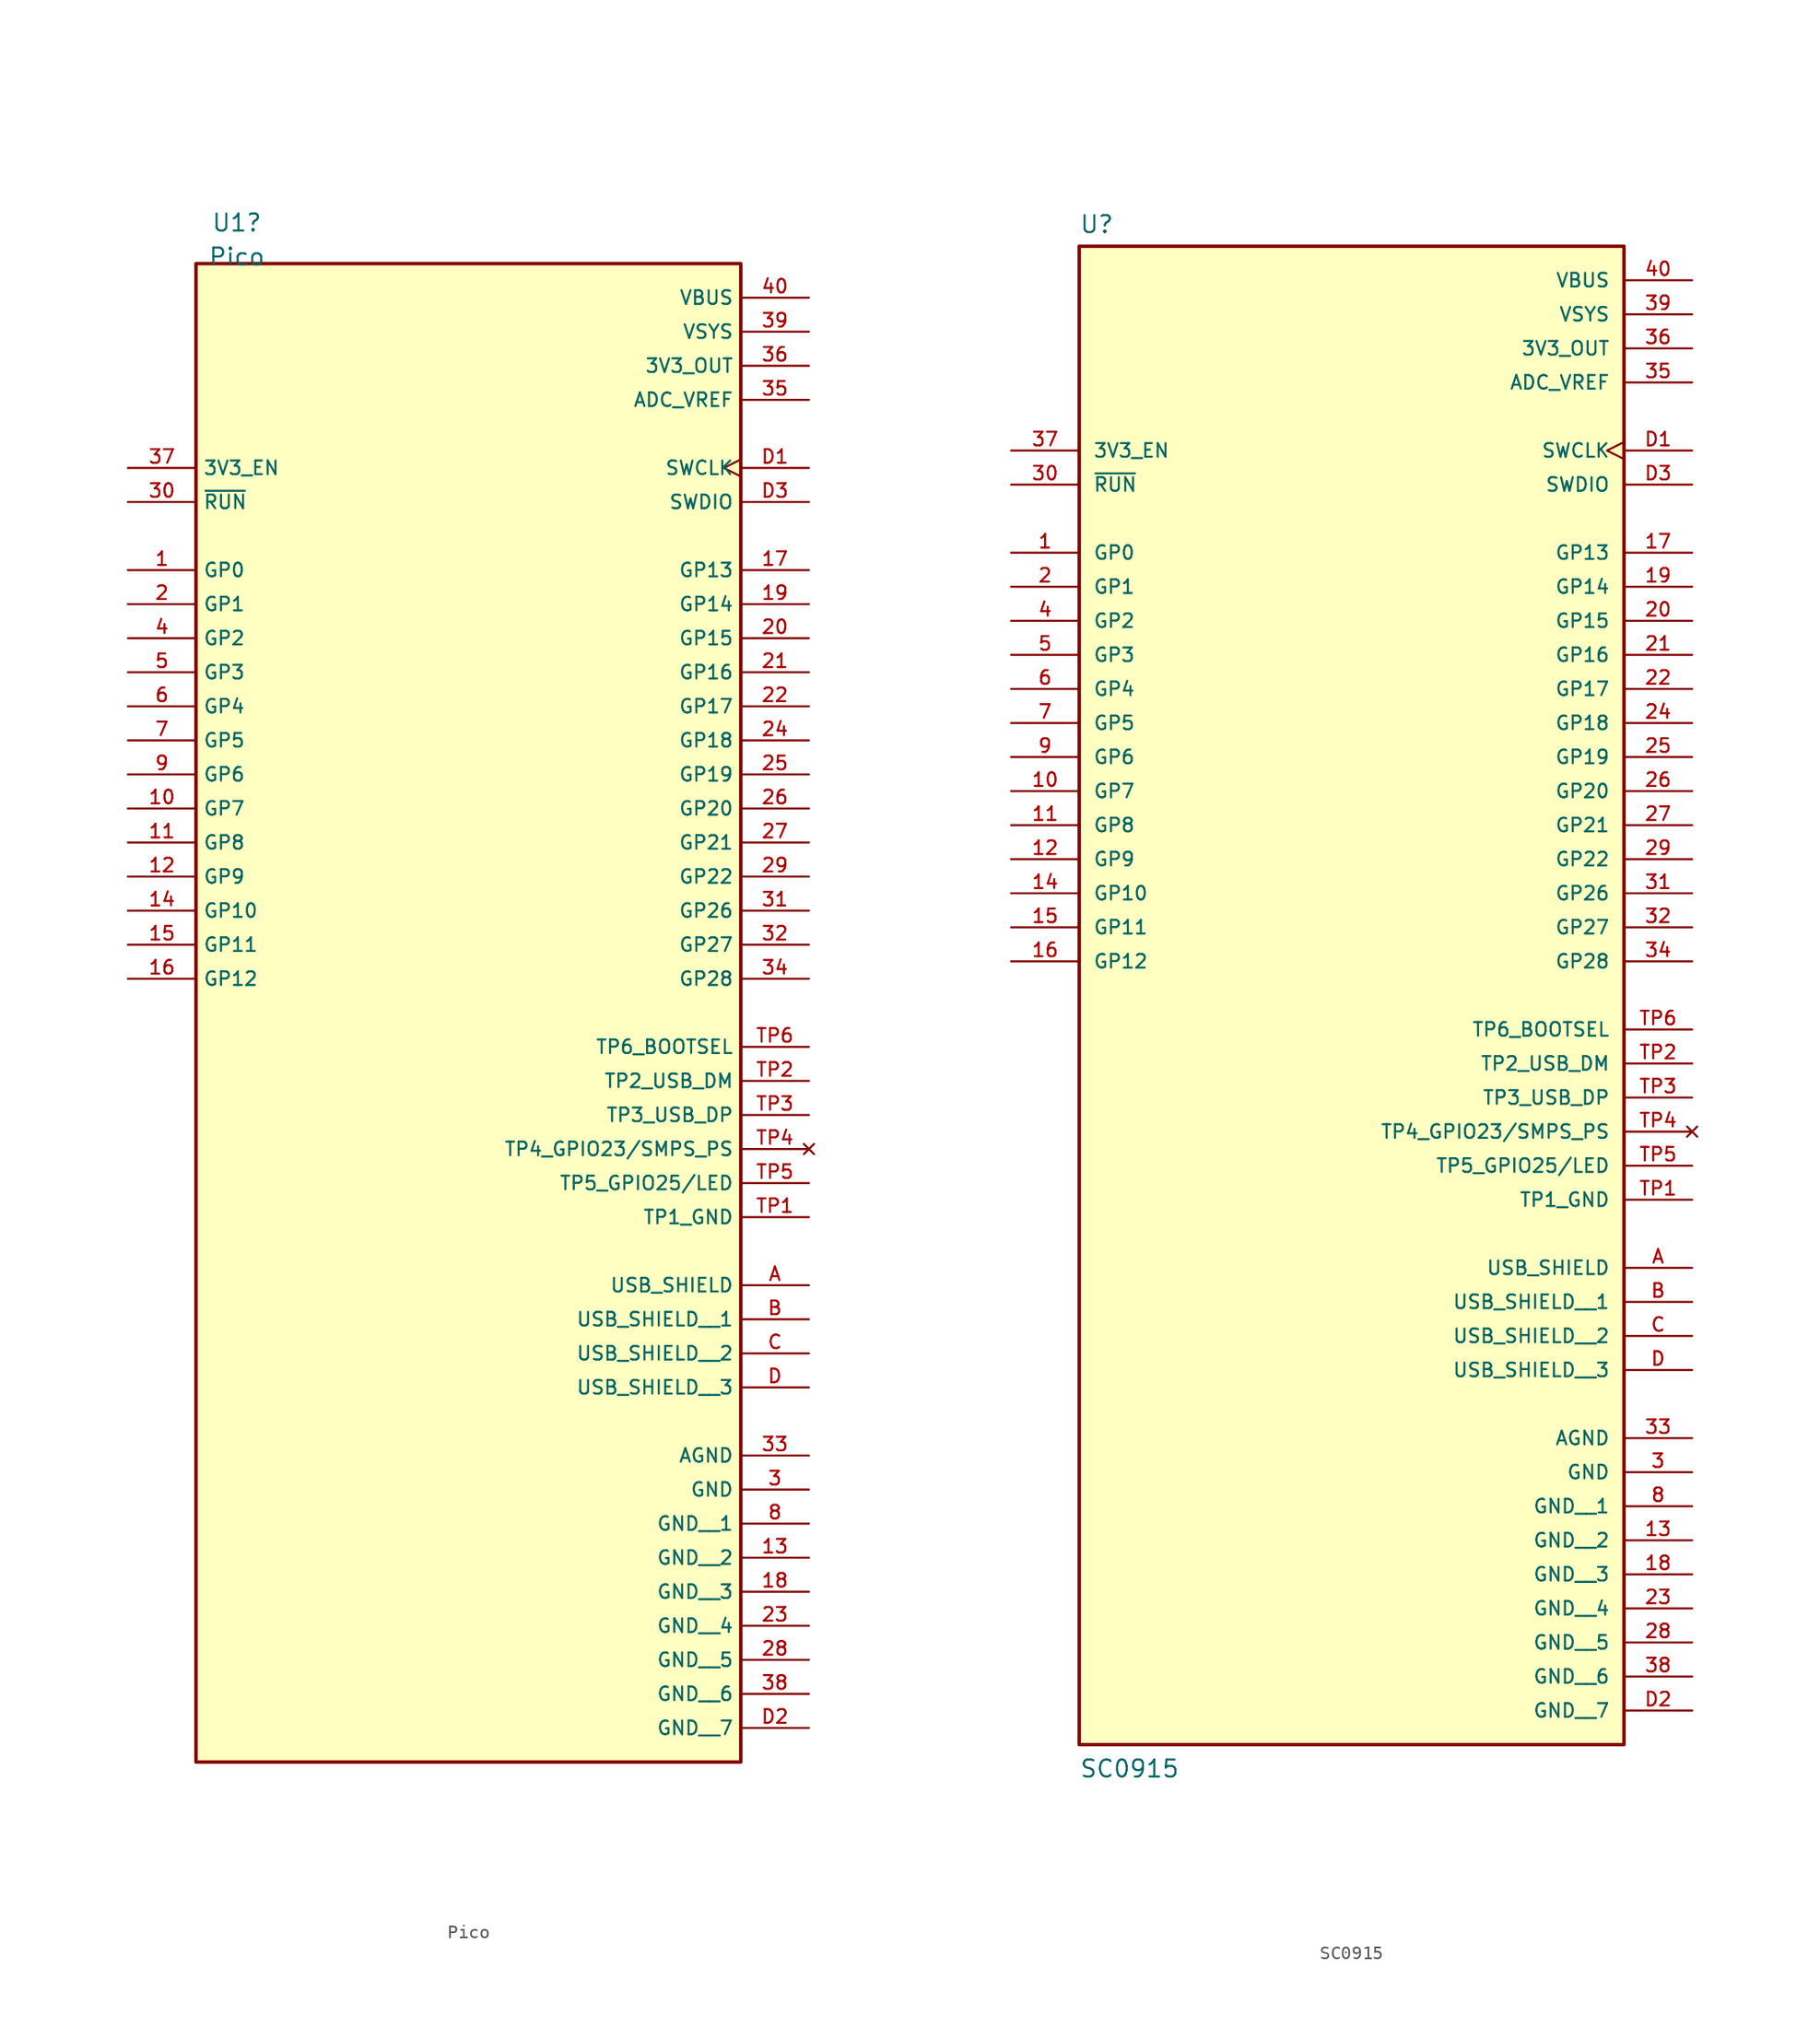
<source format=kicad_sym>
(kicad_symbol_lib
  (version 20231120)
  (generator "kicad_symbol_editor")
  (generator_version "8.0")
  (symbol "Pico"
    (property "Reference" "U1"
      (at 3.048 3.048 0)
      (effects (font (size 1.27 1.27))))
    (property "Value" "Pico"
      (at 3.048 0.508 0)
      (effects (font (size 1.27 1.27))))
    (symbol "Pico_0_0"
      (rectangle (start 0 -111.76) (end 40.64 0) (stroke (width 0.254) (type default)) (fill (type background)))
      (pin bidirectional line (at -5.08 -22.86 0) (length 5.08) (name "GP0" (effects (font (size 1.016 1.016)))) (number "1" (effects (font (size 1.016 1.016)))))
      (pin bidirectional line (at -5.08 -40.64 0) (length 5.08) (name "GP7" (effects (font (size 1.016 1.016)))) (number "10" (effects (font (size 1.016 1.016)))))
      (pin bidirectional line (at -5.08 -43.18 0) (length 5.08) (name "GP8" (effects (font (size 1.016 1.016)))) (number "11" (effects (font (size 1.016 1.016)))))
      (pin bidirectional line (at -5.08 -45.72 0) (length 5.08) (name "GP9" (effects (font (size 1.016 1.016)))) (number "12" (effects (font (size 1.016 1.016)))))
      (pin power_in line (at 45.72 -96.52 180) (length 5.08) (name "GND__2" (effects (font (size 1.016 1.016)))) (number "13" (effects (font (size 1.016 1.016)))))
      (pin bidirectional line (at -5.08 -48.26 0) (length 5.08) (name "GP10" (effects (font (size 1.016 1.016)))) (number "14" (effects (font (size 1.016 1.016)))))
      (pin bidirectional line (at -5.08 -50.8 0) (length 5.08) (name "GP11" (effects (font (size 1.016 1.016)))) (number "15" (effects (font (size 1.016 1.016)))))
      (pin bidirectional line (at -5.08 -53.34 0) (length 5.08) (name "GP12" (effects (font (size 1.016 1.016)))) (number "16" (effects (font (size 1.016 1.016)))))
      (pin bidirectional line (at 45.72 -22.86 180) (length 5.08) (name "GP13" (effects (font (size 1.016 1.016)))) (number "17" (effects (font (size 1.016 1.016)))))
      (pin power_in line (at 45.72 -99.06 180) (length 5.08) (name "GND__3" (effects (font (size 1.016 1.016)))) (number "18" (effects (font (size 1.016 1.016)))))
      (pin bidirectional line (at 45.72 -25.4 180) (length 5.08) (name "GP14" (effects (font (size 1.016 1.016)))) (number "19" (effects (font (size 1.016 1.016)))))
      (pin bidirectional line (at -5.08 -25.4 0) (length 5.08) (name "GP1" (effects (font (size 1.016 1.016)))) (number "2" (effects (font (size 1.016 1.016)))))
      (pin bidirectional line (at 45.72 -27.94 180) (length 5.08) (name "GP15" (effects (font (size 1.016 1.016)))) (number "20" (effects (font (size 1.016 1.016)))))
      (pin bidirectional line (at 45.72 -30.48 180) (length 5.08) (name "GP16" (effects (font (size 1.016 1.016)))) (number "21" (effects (font (size 1.016 1.016)))))
      (pin bidirectional line (at 45.72 -33.02 180) (length 5.08) (name "GP17" (effects (font (size 1.016 1.016)))) (number "22" (effects (font (size 1.016 1.016)))))
      (pin power_in line (at 45.72 -101.6 180) (length 5.08) (name "GND__4" (effects (font (size 1.016 1.016)))) (number "23" (effects (font (size 1.016 1.016)))))
      (pin bidirectional line (at 45.72 -35.56 180) (length 5.08) (name "GP18" (effects (font (size 1.016 1.016)))) (number "24" (effects (font (size 1.016 1.016)))))
      (pin bidirectional line (at 45.72 -38.1 180) (length 5.08) (name "GP19" (effects (font (size 1.016 1.016)))) (number "25" (effects (font (size 1.016 1.016)))))
      (pin bidirectional line (at 45.72 -40.64 180) (length 5.08) (name "GP20" (effects (font (size 1.016 1.016)))) (number "26" (effects (font (size 1.016 1.016)))))
      (pin bidirectional line (at 45.72 -43.18 180) (length 5.08) (name "GP21" (effects (font (size 1.016 1.016)))) (number "27" (effects (font (size 1.016 1.016)))))
      (pin power_in line (at 45.72 -104.14 180) (length 5.08) (name "GND__5" (effects (font (size 1.016 1.016)))) (number "28" (effects (font (size 1.016 1.016)))))
      (pin bidirectional line (at 45.72 -45.72 180) (length 5.08) (name "GP22" (effects (font (size 1.016 1.016)))) (number "29" (effects (font (size 1.016 1.016)))))
      (pin power_in line (at 45.72 -91.44 180) (length 5.08) (name "GND" (effects (font (size 1.016 1.016)))) (number "3" (effects (font (size 1.016 1.016)))))
      (pin input line (at -5.08 -17.78 0) (length 5.08) (name "~{RUN}" (effects (font (size 1.016 1.016)))) (number "30" (effects (font (size 1.016 1.016)))))
      (pin bidirectional line (at 45.72 -48.26 180) (length 5.08) (name "GP26" (effects (font (size 1.016 1.016)))) (number "31" (effects (font (size 1.016 1.016)))))
      (pin bidirectional line (at 45.72 -50.8 180) (length 5.08) (name "GP27" (effects (font (size 1.016 1.016)))) (number "32" (effects (font (size 1.016 1.016)))))
      (pin power_in line (at 45.72 -88.9 180) (length 5.08) (name "AGND" (effects (font (size 1.016 1.016)))) (number "33" (effects (font (size 1.016 1.016)))))
      (pin bidirectional line (at 45.72 -53.34 180) (length 5.08) (name "GP28" (effects (font (size 1.016 1.016)))) (number "34" (effects (font (size 1.016 1.016)))))
      (pin power_in line (at 45.72 -10.16 180) (length 5.08) (name "ADC_VREF" (effects (font (size 1.016 1.016)))) (number "35" (effects (font (size 1.016 1.016)))))
      (pin power_in line (at 45.72 -7.62 180) (length 5.08) (name "3V3_OUT" (effects (font (size 1.016 1.016)))) (number "36" (effects (font (size 1.016 1.016)))))
      (pin input line (at -5.08 -15.24 0) (length 5.08) (name "3V3_EN" (effects (font (size 1.016 1.016)))) (number "37" (effects (font (size 1.016 1.016)))))
      (pin power_in line (at 45.72 -106.68 180) (length 5.08) (name "GND__6" (effects (font (size 1.016 1.016)))) (number "38" (effects (font (size 1.016 1.016)))))
      (pin power_in line (at 45.72 -5.08 180) (length 5.08) (name "VSYS" (effects (font (size 1.016 1.016)))) (number "39" (effects (font (size 1.016 1.016)))))
      (pin bidirectional line (at -5.08 -27.94 0) (length 5.08) (name "GP2" (effects (font (size 1.016 1.016)))) (number "4" (effects (font (size 1.016 1.016)))))
      (pin power_in line (at 45.72 -2.54 180) (length 5.08) (name "VBUS" (effects (font (size 1.016 1.016)))) (number "40" (effects (font (size 1.016 1.016)))))
      (pin bidirectional line (at -5.08 -30.48 0) (length 5.08) (name "GP3" (effects (font (size 1.016 1.016)))) (number "5" (effects (font (size 1.016 1.016)))))
      (pin bidirectional line (at -5.08 -33.02 0) (length 5.08) (name "GP4" (effects (font (size 1.016 1.016)))) (number "6" (effects (font (size 1.016 1.016)))))
      (pin bidirectional line (at -5.08 -35.56 0) (length 5.08) (name "GP5" (effects (font (size 1.016 1.016)))) (number "7" (effects (font (size 1.016 1.016)))))
      (pin power_in line (at 45.72 -93.98 180) (length 5.08) (name "GND__1" (effects (font (size 1.016 1.016)))) (number "8" (effects (font (size 1.016 1.016)))))
      (pin bidirectional line (at -5.08 -38.1 0) (length 5.08) (name "GP6" (effects (font (size 1.016 1.016)))) (number "9" (effects (font (size 1.016 1.016)))))
      (pin power_in line (at 45.72 -76.2 180) (length 5.08) (name "USB_SHIELD" (effects (font (size 1.016 1.016)))) (number "A" (effects (font (size 1.016 1.016)))))
      (pin power_in line (at 45.72 -78.74 180) (length 5.08) (name "USB_SHIELD__1" (effects (font (size 1.016 1.016)))) (number "B" (effects (font (size 1.016 1.016)))))
      (pin power_in line (at 45.72 -81.28 180) (length 5.08) (name "USB_SHIELD__2" (effects (font (size 1.016 1.016)))) (number "C" (effects (font (size 1.016 1.016)))))
      (pin power_in line (at 45.72 -83.82 180) (length 5.08) (name "USB_SHIELD__3" (effects (font (size 1.016 1.016)))) (number "D" (effects (font (size 1.016 1.016)))))
      (pin input clock (at 45.72 -15.24 180) (length 5.08) (name "SWCLK" (effects (font (size 1.016 1.016)))) (number "D1" (effects (font (size 1.016 1.016)))))
      (pin power_in line (at 45.72 -109.22 180) (length 5.08) (name "GND__7" (effects (font (size 1.016 1.016)))) (number "D2" (effects (font (size 1.016 1.016)))))
      (pin bidirectional line (at 45.72 -17.78 180) (length 5.08) (name "SWDIO" (effects (font (size 1.016 1.016)))) (number "D3" (effects (font (size 1.016 1.016)))))
      (pin power_in line (at 45.72 -71.12 180) (length 5.08) (name "TP1_GND" (effects (font (size 1.016 1.016)))) (number "TP1" (effects (font (size 1.016 1.016)))))
      (pin bidirectional line (at 45.72 -60.96 180) (length 5.08) (name "TP2_USB_DM" (effects (font (size 1.016 1.016)))) (number "TP2" (effects (font (size 1.016 1.016)))))
      (pin bidirectional line (at 45.72 -63.5 180) (length 5.08) (name "TP3_USB_DP" (effects (font (size 1.016 1.016)))) (number "TP3" (effects (font (size 1.016 1.016)))))
      (pin no_connect line (at 45.72 -66.04 180) (length 5.08) (name "TP4_GPIO23/SMPS_PS" (effects (font (size 1.016 1.016)))) (number "TP4" (effects (font (size 1.016 1.016)))))
      (pin output line (at 45.72 -68.58 180) (length 5.08) (name "TP5_GPIO25/LED" (effects (font (size 1.016 1.016)))) (number "TP5" (effects (font (size 1.016 1.016)))))
      (pin input line (at 45.72 -58.42 180) (length 5.08) (name "TP6_BOOTSEL" (effects (font (size 1.016 1.016)))) (number "TP6" (effects (font (size 1.016 1.016)))))))
  (symbol "SC0915"
    (pin_names
      (offset 1.016))
    (property "Reference" "U"
      (at -20.32 44.069 0)
      (effects (font (size 1.27 1.27)) (justify left bottom)))
    (property "Value" "SC0915"
      (at -20.32 -71.12 0)
      (effects (font (size 1.27 1.27)) (justify left bottom)))
    (symbol "SC0915_0_0"
      (rectangle (start -20.32 -68.58) (end 20.32 43.18) (stroke (width 0.254) (type default)) (fill (type background)))
      (pin bidirectional line (at -25.4 20.32 0) (length 5.08) (name "GP0" (effects (font (size 1.016 1.016)))) (number "1" (effects (font (size 1.016 1.016)))))
      (pin bidirectional line (at -25.4 2.54 0) (length 5.08) (name "GP7" (effects (font (size 1.016 1.016)))) (number "10" (effects (font (size 1.016 1.016)))))
      (pin bidirectional line (at -25.4 0 0) (length 5.08) (name "GP8" (effects (font (size 1.016 1.016)))) (number "11" (effects (font (size 1.016 1.016)))))
      (pin bidirectional line (at -25.4 -2.54 0) (length 5.08) (name "GP9" (effects (font (size 1.016 1.016)))) (number "12" (effects (font (size 1.016 1.016)))))
      (pin power_in line (at 25.4 -53.34 180) (length 5.08) (name "GND__2" (effects (font (size 1.016 1.016)))) (number "13" (effects (font (size 1.016 1.016)))))
      (pin bidirectional line (at -25.4 -5.08 0) (length 5.08) (name "GP10" (effects (font (size 1.016 1.016)))) (number "14" (effects (font (size 1.016 1.016)))))
      (pin bidirectional line (at -25.4 -7.62 0) (length 5.08) (name "GP11" (effects (font (size 1.016 1.016)))) (number "15" (effects (font (size 1.016 1.016)))))
      (pin bidirectional line (at -25.4 -10.16 0) (length 5.08) (name "GP12" (effects (font (size 1.016 1.016)))) (number "16" (effects (font (size 1.016 1.016)))))
      (pin bidirectional line (at 25.4 20.32 180) (length 5.08) (name "GP13" (effects (font (size 1.016 1.016)))) (number "17" (effects (font (size 1.016 1.016)))))
      (pin power_in line (at 25.4 -55.88 180) (length 5.08) (name "GND__3" (effects (font (size 1.016 1.016)))) (number "18" (effects (font (size 1.016 1.016)))))
      (pin bidirectional line (at 25.4 17.78 180) (length 5.08) (name "GP14" (effects (font (size 1.016 1.016)))) (number "19" (effects (font (size 1.016 1.016)))))
      (pin bidirectional line (at -25.4 17.78 0) (length 5.08) (name "GP1" (effects (font (size 1.016 1.016)))) (number "2" (effects (font (size 1.016 1.016)))))
      (pin bidirectional line (at 25.4 15.24 180) (length 5.08) (name "GP15" (effects (font (size 1.016 1.016)))) (number "20" (effects (font (size 1.016 1.016)))))
      (pin bidirectional line (at 25.4 12.7 180) (length 5.08) (name "GP16" (effects (font (size 1.016 1.016)))) (number "21" (effects (font (size 1.016 1.016)))))
      (pin bidirectional line (at 25.4 10.16 180) (length 5.08) (name "GP17" (effects (font (size 1.016 1.016)))) (number "22" (effects (font (size 1.016 1.016)))))
      (pin power_in line (at 25.4 -58.42 180) (length 5.08) (name "GND__4" (effects (font (size 1.016 1.016)))) (number "23" (effects (font (size 1.016 1.016)))))
      (pin bidirectional line (at 25.4 7.62 180) (length 5.08) (name "GP18" (effects (font (size 1.016 1.016)))) (number "24" (effects (font (size 1.016 1.016)))))
      (pin bidirectional line (at 25.4 5.08 180) (length 5.08) (name "GP19" (effects (font (size 1.016 1.016)))) (number "25" (effects (font (size 1.016 1.016)))))
      (pin bidirectional line (at 25.4 2.54 180) (length 5.08) (name "GP20" (effects (font (size 1.016 1.016)))) (number "26" (effects (font (size 1.016 1.016)))))
      (pin bidirectional line (at 25.4 0 180) (length 5.08) (name "GP21" (effects (font (size 1.016 1.016)))) (number "27" (effects (font (size 1.016 1.016)))))
      (pin power_in line (at 25.4 -60.96 180) (length 5.08) (name "GND__5" (effects (font (size 1.016 1.016)))) (number "28" (effects (font (size 1.016 1.016)))))
      (pin bidirectional line (at 25.4 -2.54 180) (length 5.08) (name "GP22" (effects (font (size 1.016 1.016)))) (number "29" (effects (font (size 1.016 1.016)))))
      (pin power_in line (at 25.4 -48.26 180) (length 5.08) (name "GND" (effects (font (size 1.016 1.016)))) (number "3" (effects (font (size 1.016 1.016)))))
      (pin input line (at -25.4 25.4 0) (length 5.08) (name "~{RUN}" (effects (font (size 1.016 1.016)))) (number "30" (effects (font (size 1.016 1.016)))))
      (pin bidirectional line (at 25.4 -5.08 180) (length 5.08) (name "GP26" (effects (font (size 1.016 1.016)))) (number "31" (effects (font (size 1.016 1.016)))))
      (pin bidirectional line (at 25.4 -7.62 180) (length 5.08) (name "GP27" (effects (font (size 1.016 1.016)))) (number "32" (effects (font (size 1.016 1.016)))))
      (pin power_in line (at 25.4 -45.72 180) (length 5.08) (name "AGND" (effects (font (size 1.016 1.016)))) (number "33" (effects (font (size 1.016 1.016)))))
      (pin bidirectional line (at 25.4 -10.16 180) (length 5.08) (name "GP28" (effects (font (size 1.016 1.016)))) (number "34" (effects (font (size 1.016 1.016)))))
      (pin power_in line (at 25.4 33.02 180) (length 5.08) (name "ADC_VREF" (effects (font (size 1.016 1.016)))) (number "35" (effects (font (size 1.016 1.016)))))
      (pin power_in line (at 25.4 35.56 180) (length 5.08) (name "3V3_OUT" (effects (font (size 1.016 1.016)))) (number "36" (effects (font (size 1.016 1.016)))))
      (pin input line (at -25.4 27.94 0) (length 5.08) (name "3V3_EN" (effects (font (size 1.016 1.016)))) (number "37" (effects (font (size 1.016 1.016)))))
      (pin power_in line (at 25.4 -63.5 180) (length 5.08) (name "GND__6" (effects (font (size 1.016 1.016)))) (number "38" (effects (font (size 1.016 1.016)))))
      (pin power_in line (at 25.4 38.1 180) (length 5.08) (name "VSYS" (effects (font (size 1.016 1.016)))) (number "39" (effects (font (size 1.016 1.016)))))
      (pin bidirectional line (at -25.4 15.24 0) (length 5.08) (name "GP2" (effects (font (size 1.016 1.016)))) (number "4" (effects (font (size 1.016 1.016)))))
      (pin power_in line (at 25.4 40.64 180) (length 5.08) (name "VBUS" (effects (font (size 1.016 1.016)))) (number "40" (effects (font (size 1.016 1.016)))))
      (pin bidirectional line (at -25.4 12.7 0) (length 5.08) (name "GP3" (effects (font (size 1.016 1.016)))) (number "5" (effects (font (size 1.016 1.016)))))
      (pin bidirectional line (at -25.4 10.16 0) (length 5.08) (name "GP4" (effects (font (size 1.016 1.016)))) (number "6" (effects (font (size 1.016 1.016)))))
      (pin bidirectional line (at -25.4 7.62 0) (length 5.08) (name "GP5" (effects (font (size 1.016 1.016)))) (number "7" (effects (font (size 1.016 1.016)))))
      (pin power_in line (at 25.4 -50.8 180) (length 5.08) (name "GND__1" (effects (font (size 1.016 1.016)))) (number "8" (effects (font (size 1.016 1.016)))))
      (pin bidirectional line (at -25.4 5.08 0) (length 5.08) (name "GP6" (effects (font (size 1.016 1.016)))) (number "9" (effects (font (size 1.016 1.016)))))
      (pin power_in line (at 25.4 -33.02 180) (length 5.08) (name "USB_SHIELD" (effects (font (size 1.016 1.016)))) (number "A" (effects (font (size 1.016 1.016)))))
      (pin power_in line (at 25.4 -35.56 180) (length 5.08) (name "USB_SHIELD__1" (effects (font (size 1.016 1.016)))) (number "B" (effects (font (size 1.016 1.016)))))
      (pin power_in line (at 25.4 -38.1 180) (length 5.08) (name "USB_SHIELD__2" (effects (font (size 1.016 1.016)))) (number "C" (effects (font (size 1.016 1.016)))))
      (pin power_in line (at 25.4 -40.64 180) (length 5.08) (name "USB_SHIELD__3" (effects (font (size 1.016 1.016)))) (number "D" (effects (font (size 1.016 1.016)))))
      (pin input clock (at 25.4 27.94 180) (length 5.08) (name "SWCLK" (effects (font (size 1.016 1.016)))) (number "D1" (effects (font (size 1.016 1.016)))))
      (pin power_in line (at 25.4 -66.04 180) (length 5.08) (name "GND__7" (effects (font (size 1.016 1.016)))) (number "D2" (effects (font (size 1.016 1.016)))))
      (pin bidirectional line (at 25.4 25.4 180) (length 5.08) (name "SWDIO" (effects (font (size 1.016 1.016)))) (number "D3" (effects (font (size 1.016 1.016)))))
      (pin power_in line (at 25.4 -27.94 180) (length 5.08) (name "TP1_GND" (effects (font (size 1.016 1.016)))) (number "TP1" (effects (font (size 1.016 1.016)))))
      (pin bidirectional line (at 25.4 -17.78 180) (length 5.08) (name "TP2_USB_DM" (effects (font (size 1.016 1.016)))) (number "TP2" (effects (font (size 1.016 1.016)))))
      (pin bidirectional line (at 25.4 -20.32 180) (length 5.08) (name "TP3_USB_DP" (effects (font (size 1.016 1.016)))) (number "TP3" (effects (font (size 1.016 1.016)))))
      (pin no_connect line (at 25.4 -22.86 180) (length 5.08) (name "TP4_GPIO23/SMPS_PS" (effects (font (size 1.016 1.016)))) (number "TP4" (effects (font (size 1.016 1.016)))))
      (pin output line (at 25.4 -25.4 180) (length 5.08) (name "TP5_GPIO25/LED" (effects (font (size 1.016 1.016)))) (number "TP5" (effects (font (size 1.016 1.016)))))
      (pin input line (at 25.4 -15.24 180) (length 5.08) (name "TP6_BOOTSEL" (effects (font (size 1.016 1.016)))) (number "TP6" (effects (font (size 1.016 1.016))))))))
</source>
